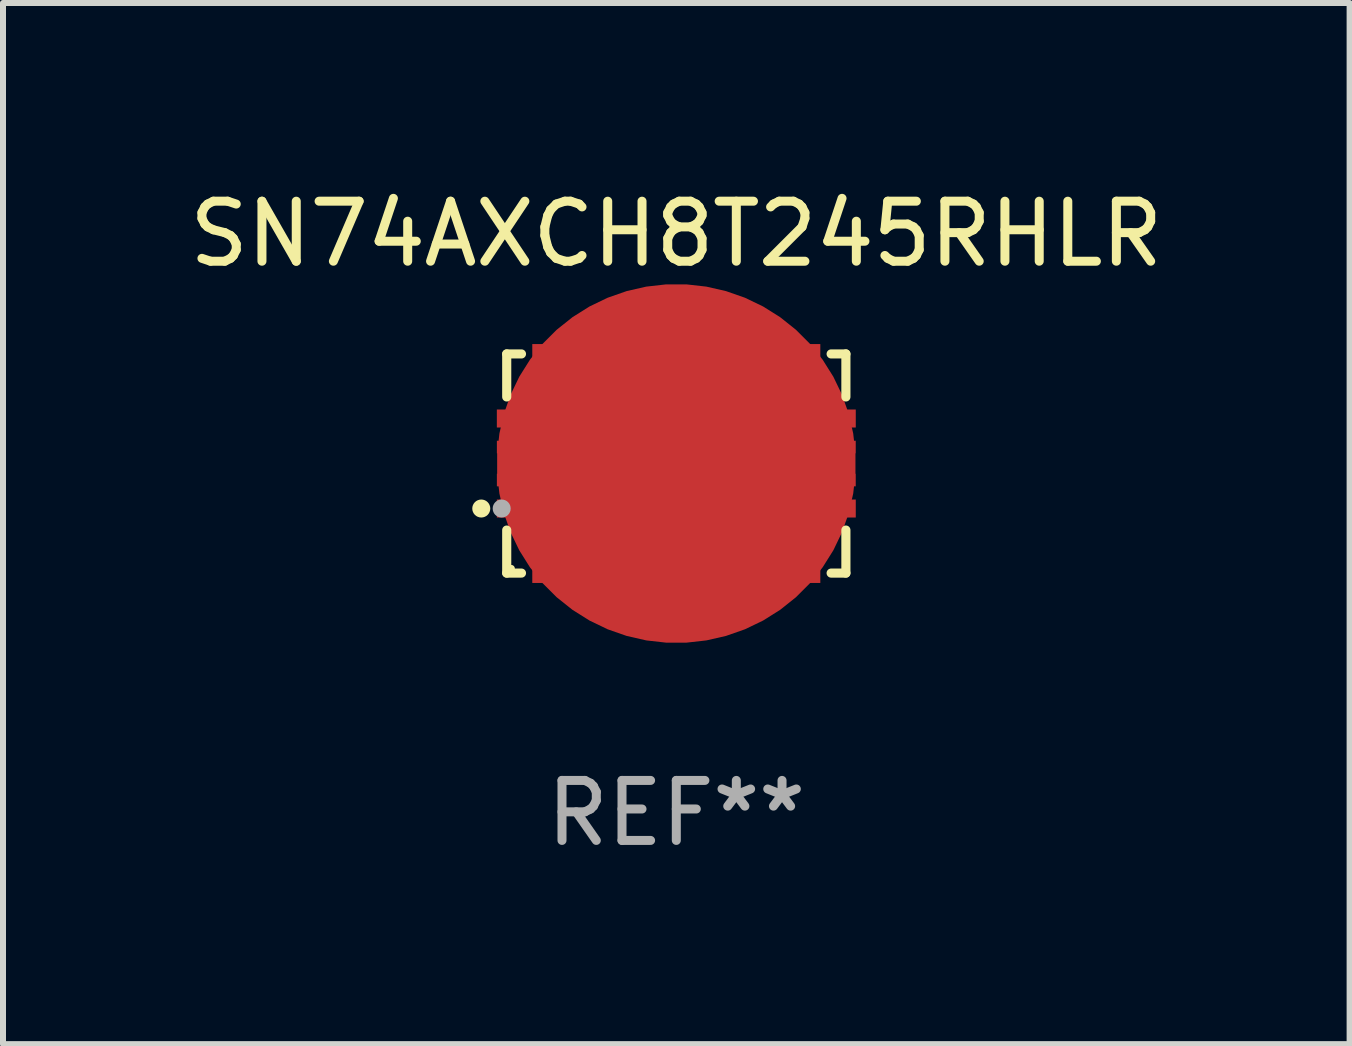
<source format=kicad_pcb>
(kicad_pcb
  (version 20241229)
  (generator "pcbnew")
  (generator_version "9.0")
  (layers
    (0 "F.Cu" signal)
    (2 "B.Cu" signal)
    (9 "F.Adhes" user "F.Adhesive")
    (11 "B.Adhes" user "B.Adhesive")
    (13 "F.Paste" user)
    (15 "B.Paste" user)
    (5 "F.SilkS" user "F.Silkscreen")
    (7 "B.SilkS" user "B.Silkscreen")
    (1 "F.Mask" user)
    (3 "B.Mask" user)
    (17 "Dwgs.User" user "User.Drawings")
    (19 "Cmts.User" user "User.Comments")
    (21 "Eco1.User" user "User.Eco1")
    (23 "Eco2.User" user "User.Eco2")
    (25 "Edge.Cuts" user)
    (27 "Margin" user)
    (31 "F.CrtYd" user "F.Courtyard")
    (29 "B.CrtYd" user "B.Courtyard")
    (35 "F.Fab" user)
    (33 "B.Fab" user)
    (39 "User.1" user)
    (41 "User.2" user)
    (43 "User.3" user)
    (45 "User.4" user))
  (footprint "SN74AXCH8T245RHLR"
    (layer "F.Cu")
    (at 8.22 4.674)
    (property "Reference" "SN74AXCH8T245RHLR" (at 0 -3.826 0) (layer "F.SilkS") (effects (font (size 1 1) (thickness 0.15))))
    (attr through_hole)
    (fp_line (start -2.826 -1.826) (end -2.58 -1.826) (stroke (width 0.152) (type solid)) (layer "F.SilkS"))
    (fp_line (start -2.826 -1.109) (end -2.826 -1.826) (stroke (width 0.152) (type solid)) (layer "F.SilkS"))
    (fp_line (start -2.826 1.109) (end -2.826 1.826) (stroke (width 0.152) (type solid)) (layer "F.SilkS"))
    (fp_line (start -2.826 1.826) (end -2.58 1.826) (stroke (width 0.152) (type solid)) (layer "F.SilkS"))
    (fp_line (start 2.826 -1.826) (end 2.58 -1.826) (stroke (width 0.152) (type solid)) (layer "F.SilkS"))
    (fp_line (start 2.826 -1.109) (end 2.826 -1.826) (stroke (width 0.152) (type solid)) (layer "F.SilkS"))
    (fp_line (start 2.826 1.109) (end 2.826 1.826) (stroke (width 0.152) (type solid)) (layer "F.SilkS"))
    (fp_line (start 2.826 1.826) (end 2.58 1.826) (stroke (width 0.152) (type solid)) (layer "F.SilkS"))
    (fp_circle (center -3.25 0.75) (end -3.175 0.75) (stroke (width 0.15) (type solid)) (fill no) (layer "F.SilkS"))
    (fp_circle (center -2.75 1.75) (end -2.72 1.75) (stroke (width 0.06) (type solid)) (fill no) (layer "F.SilkS"))
    (fp_circle (center -2.91 0.75) (end -2.835 0.75) (stroke (width 0.15) (type solid)) (fill no) (layer "F.Fab"))
    (fp_text user "REF**" (at 0 5.826 0) (layer "F.Fab") (effects (font (size 1 1) (thickness 0.15))))
    (pad "1" smd rect (at -2.658 0.75) (size 0.665 0.3) (layers "F.Cu" "F.Mask" "F.Paste"))
    (pad "2" smd rect (at -2.25 1.658) (size 0.3 0.665) (layers "F.Cu" "F.Mask" "F.Paste"))
    (pad "3" smd rect (at -1.75 1.658) (size 0.3 0.665) (layers "F.Cu" "F.Mask" "F.Paste"))
    (pad "4" smd rect (at -1.25 1.658) (size 0.3 0.665) (layers "F.Cu" "F.Mask" "F.Paste"))
    (pad "5" smd rect (at -0.75 1.658) (size 0.3 0.665) (layers "F.Cu" "F.Mask" "F.Paste"))
    (pad "6" smd rect (at -0.25 1.658) (size 0.3 0.665) (layers "F.Cu" "F.Mask" "F.Paste"))
    (pad "7" smd rect (at 0.25 1.658) (size 0.3 0.665) (layers "F.Cu" "F.Mask" "F.Paste"))
    (pad "8" smd rect (at 0.75 1.658) (size 0.3 0.665) (layers "F.Cu" "F.Mask" "F.Paste"))
    (pad "9" smd rect (at 1.25 1.658) (size 0.3 0.665) (layers "F.Cu" "F.Mask" "F.Paste"))
    (pad "10" smd rect (at 1.75 1.658) (size 0.3 0.665) (layers "F.Cu" "F.Mask" "F.Paste"))
    (pad "11" smd rect (at 2.25 1.658) (size 0.3 0.665) (layers "F.Cu" "F.Mask" "F.Paste"))
    (pad "12" smd rect (at 2.658 0.75 180) (size 0.665 0.3) (layers "F.Cu" "F.Mask" "F.Paste"))
    (pad "13" smd rect (at 2.658 -0.75 180) (size 0.665 0.3) (layers "F.Cu" "F.Mask" "F.Paste"))
    (pad "14" smd rect (at 2.25 -1.658) (size 0.3 0.665) (layers "F.Cu" "F.Mask" "F.Paste"))
    (pad "15" smd rect (at 1.75 -1.658) (size 0.3 0.665) (layers "F.Cu" "F.Mask" "F.Paste"))
    (pad "16" smd rect (at 1.25 -1.658) (size 0.3 0.665) (layers "F.Cu" "F.Mask" "F.Paste"))
    (pad "17" smd rect (at 0.75 -1.658) (size 0.3 0.665) (layers "F.Cu" "F.Mask" "F.Paste"))
    (pad "18" smd rect (at 0.25 -1.658) (size 0.3 0.665) (layers "F.Cu" "F.Mask" "F.Paste"))
    (pad "19" smd rect (at -0.25 -1.658) (size 0.3 0.665) (layers "F.Cu" "F.Mask" "F.Paste"))
    (pad "20" smd rect (at -0.75 -1.658) (size 0.3 0.665) (layers "F.Cu" "F.Mask" "F.Paste"))
    (pad "21" smd rect (at -1.25 -1.658) (size 0.3 0.665) (layers "F.Cu" "F.Mask" "F.Paste"))
    (pad "22" smd rect (at -1.75 -1.658) (size 0.3 0.665) (layers "F.Cu" "F.Mask" "F.Paste"))
    (pad "23" smd rect (at -2.25 -1.658) (size 0.3 0.665) (layers "F.Cu" "F.Mask" "F.Paste"))
    (pad "24" smd rect (at -2.658 -0.75) (size 0.665 0.3) (layers "F.Cu" "F.Mask" "F.Paste"))
    (pad "25" smd custom (at 0 0) (size 5.98 2.06) (layers "F.Cu" "F.Mask" "F.Paste") (options (anchor circle)) (primitives (gr_poly (pts (xy -2.99 0.38) (xy -2.03 0.38) (xy -2.03 1.03) (xy 2.03 1.03) (xy 2.03 0.38) (xy 2.99 0.38) (xy 2.99 0.17) (xy 2.03 0.17) (xy 2.03 -0.17) (xy 2.99 -0.17) (xy 2.99 -0.38) (xy 2.03 -0.38) (xy 2.03 -1.03) (xy -2.03 -1.03) (xy -2.03 -0.38) (xy -2.99 -0.38) (xy -2.99 -0.17) (xy -2.03 -0.17) (xy -2.03 0.17) (xy -2.99 0.17)) (width 0) (fill yes)))))
  (gr_rect
    (start -3 -3)
    (end 19.44 14.349)
    (stroke (width 0.1) (type default))
    (fill no)
    (layer "Edge.Cuts")))
</source>
